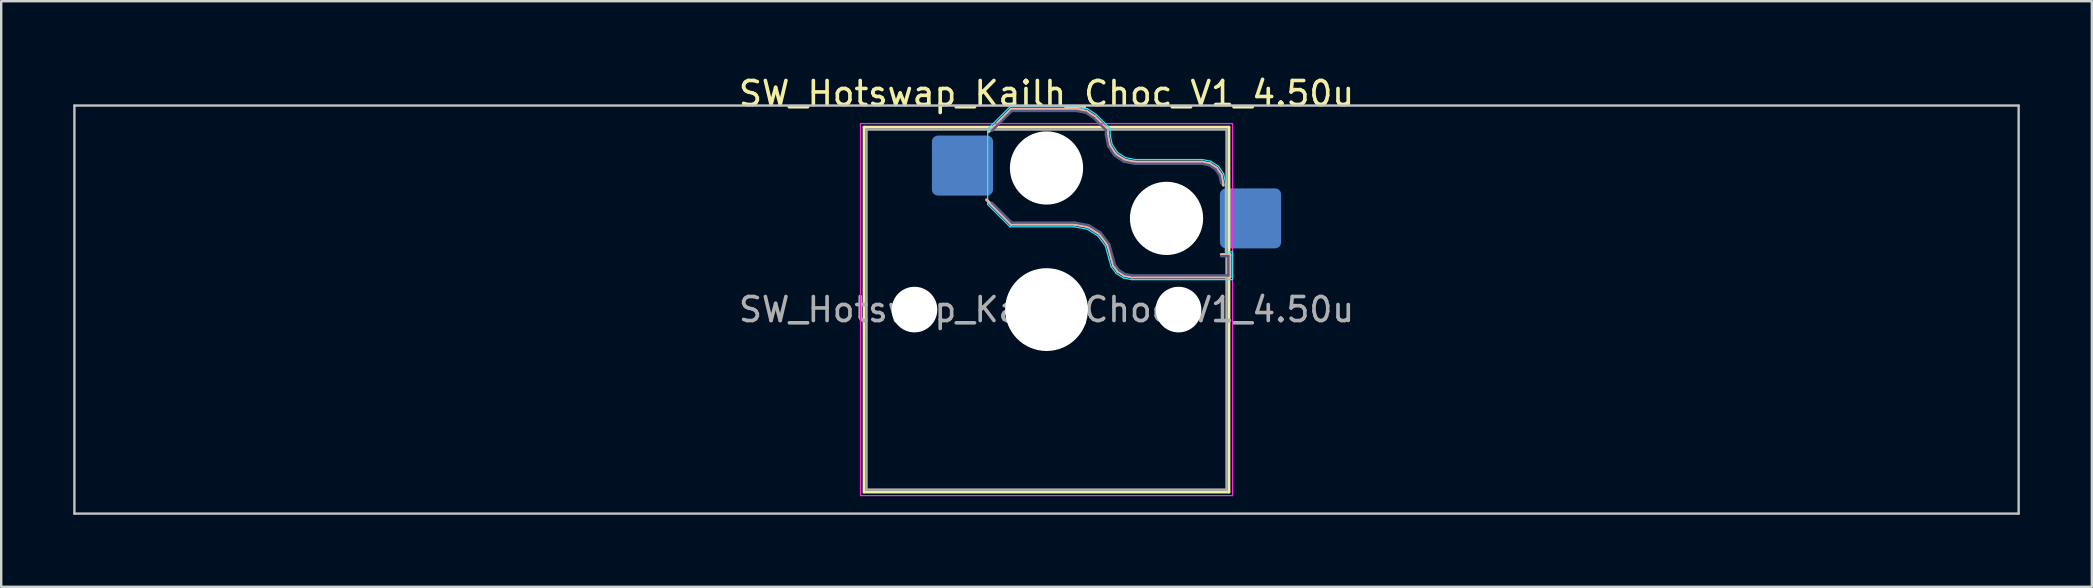
<source format=kicad_pcb>
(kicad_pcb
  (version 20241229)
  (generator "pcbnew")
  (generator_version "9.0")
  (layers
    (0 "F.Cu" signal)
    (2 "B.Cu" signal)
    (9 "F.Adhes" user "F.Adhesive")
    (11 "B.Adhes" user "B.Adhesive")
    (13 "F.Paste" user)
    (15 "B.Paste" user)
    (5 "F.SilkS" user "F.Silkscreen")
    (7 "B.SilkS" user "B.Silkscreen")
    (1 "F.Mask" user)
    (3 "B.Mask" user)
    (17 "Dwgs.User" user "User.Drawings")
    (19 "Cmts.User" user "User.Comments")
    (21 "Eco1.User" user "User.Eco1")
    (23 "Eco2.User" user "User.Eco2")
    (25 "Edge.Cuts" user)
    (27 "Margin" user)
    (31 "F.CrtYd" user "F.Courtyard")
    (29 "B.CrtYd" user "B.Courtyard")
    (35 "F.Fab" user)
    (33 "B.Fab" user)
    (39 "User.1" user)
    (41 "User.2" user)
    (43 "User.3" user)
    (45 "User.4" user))
  (footprint "SW_Hotswap_Kailh_Choc_V1_4.50u"
    (layer "F.Cu")
    (at 40.55 9.848)
    (property "Reference" "SW_Hotswap_Kailh_Choc_V1_4.50u" (at 0 -9 0) (layer "F.SilkS") (effects (font (size 1 1) (thickness 0.15))))
    (attr smd)
    (fp_line (start -7.6 -7.6) (end -7.6 7.6) (stroke (width 0.12) (type solid)) (layer "F.SilkS"))
    (fp_line (start -7.6 7.6) (end 7.6 7.6) (stroke (width 0.12) (type solid)) (layer "F.SilkS"))
    (fp_line (start 7.6 -7.6) (end -7.6 -7.6) (stroke (width 0.12) (type solid)) (layer "F.SilkS"))
    (fp_line (start 7.6 7.6) (end 7.6 -7.6) (stroke (width 0.12) (type solid)) (layer "F.SilkS"))
    (fp_line (start -2.416 -7.409) (end -1.479 -8.346) (stroke (width 0.12) (type solid)) (layer "B.SilkS"))
    (fp_line (start -1.479 -8.346) (end 1.268 -8.346) (stroke (width 0.12) (type solid)) (layer "B.SilkS"))
    (fp_line (start -1.479 -3.554) (end -2.5 -4.575) (stroke (width 0.12) (type solid)) (layer "B.SilkS"))
    (fp_line (start 1.168 -3.554) (end -1.479 -3.554) (stroke (width 0.12) (type solid)) (layer "B.SilkS"))
    (fp_line (start 1.268 -8.346) (end 1.671 -8.266) (stroke (width 0.12) (type solid)) (layer "B.SilkS"))
    (fp_line (start 1.671 -8.266) (end 2.013 -8.037) (stroke (width 0.12) (type solid)) (layer "B.SilkS"))
    (fp_line (start 1.73 -3.449) (end 1.168 -3.554) (stroke (width 0.12) (type solid)) (layer "B.SilkS"))
    (fp_line (start 2.013 -8.037) (end 2.546 -7.504) (stroke (width 0.12) (type solid)) (layer "B.SilkS"))
    (fp_line (start 2.209 -3.15) (end 1.73 -3.449) (stroke (width 0.12) (type solid)) (layer "B.SilkS"))
    (fp_line (start 2.546 -7.504) (end 2.546 -7.282) (stroke (width 0.12) (type solid)) (layer "B.SilkS"))
    (fp_line (start 2.546 -7.282) (end 2.633 -6.844) (stroke (width 0.12) (type solid)) (layer "B.SilkS"))
    (fp_line (start 2.547 -2.697) (end 2.209 -3.15) (stroke (width 0.12) (type solid)) (layer "B.SilkS"))
    (fp_line (start 2.633 -6.844) (end 2.877 -6.477) (stroke (width 0.12) (type solid)) (layer "B.SilkS"))
    (fp_line (start 2.701 -2.139) (end 2.547 -2.697) (stroke (width 0.12) (type solid)) (layer "B.SilkS"))
    (fp_line (start 2.783 -1.841) (end 2.701 -2.139) (stroke (width 0.12) (type solid)) (layer "B.SilkS"))
    (fp_line (start 2.877 -6.477) (end 3.244 -6.233) (stroke (width 0.12) (type solid)) (layer "B.SilkS"))
    (fp_line (start 2.976 -1.583) (end 2.783 -1.841) (stroke (width 0.12) (type solid)) (layer "B.SilkS"))
    (fp_line (start 3.244 -6.233) (end 3.682 -6.146) (stroke (width 0.12) (type solid)) (layer "B.SilkS"))
    (fp_line (start 3.25 -1.413) (end 2.976 -1.583) (stroke (width 0.12) (type solid)) (layer "B.SilkS"))
    (fp_line (start 3.56 -1.354) (end 3.25 -1.413) (stroke (width 0.12) (type solid)) (layer "B.SilkS"))
    (fp_line (start 3.682 -6.146) (end 6.482 -6.146) (stroke (width 0.12) (type solid)) (layer "B.SilkS"))
    (fp_line (start 6.482 -6.146) (end 6.809 -6.081) (stroke (width 0.12) (type solid)) (layer "B.SilkS"))
    (fp_line (start 6.809 -6.081) (end 7.092 -5.892) (stroke (width 0.12) (type solid)) (layer "B.SilkS"))
    (fp_line (start 7.092 -5.892) (end 7.281 -5.609) (stroke (width 0.12) (type solid)) (layer "B.SilkS"))
    (fp_line (start 7.281 -5.609) (end 7.366 -5.182) (stroke (width 0.12) (type solid)) (layer "B.SilkS"))
    (fp_line (start 7.283 -2.296) (end 7.646 -2.296) (stroke (width 0.12) (type solid)) (layer "B.SilkS"))
    (fp_line (start 7.646 -2.296) (end 7.646 -1.354) (stroke (width 0.12) (type solid)) (layer "B.SilkS"))
    (fp_line (start 7.646 -1.354) (end 3.56 -1.354) (stroke (width 0.12) (type solid)) (layer "B.SilkS"))
    (fp_line (start -40.5 -8.5) (end -40.5 8.5) (stroke (width 0.1) (type solid)) (layer "Dwgs.User"))
    (fp_line (start -40.5 8.5) (end 40.5 8.5) (stroke (width 0.1) (type solid)) (layer "Dwgs.User"))
    (fp_line (start 40.5 -8.5) (end -40.5 -8.5) (stroke (width 0.1) (type solid)) (layer "Dwgs.User"))
    (fp_line (start 40.5 8.5) (end 40.5 -8.5) (stroke (width 0.1) (type solid)) (layer "Dwgs.User"))
    (fp_line (start -7.25 -7.25) (end -7.25 7.25) (stroke (width 0.1) (type solid)) (layer "Eco1.User"))
    (fp_line (start -7.25 7.25) (end 7.25 7.25) (stroke (width 0.1) (type solid)) (layer "Eco1.User"))
    (fp_line (start 7.25 -7.25) (end -7.25 -7.25) (stroke (width 0.1) (type solid)) (layer "Eco1.User"))
    (fp_line (start 7.25 7.25) (end 7.25 -7.25) (stroke (width 0.1) (type solid)) (layer "Eco1.User"))
    (fp_line (start -2.452 -7.523) (end -1.523 -8.452) (stroke (width 0.05) (type solid)) (layer "B.CrtYd"))
    (fp_line (start -2.452 -4.377) (end -2.452 -7.523) (stroke (width 0.05) (type solid)) (layer "B.CrtYd"))
    (fp_line (start -1.523 -8.452) (end 1.278 -8.452) (stroke (width 0.05) (type solid)) (layer "B.CrtYd"))
    (fp_line (start -1.523 -3.448) (end -2.452 -4.377) (stroke (width 0.05) (type solid)) (layer "B.CrtYd"))
    (fp_line (start 1.159 -3.448) (end -1.523 -3.448) (stroke (width 0.05) (type solid)) (layer "B.CrtYd"))
    (fp_line (start 1.278 -8.452) (end 1.712 -8.366) (stroke (width 0.05) (type solid)) (layer "B.CrtYd"))
    (fp_line (start 1.691 -3.348) (end 1.159 -3.448) (stroke (width 0.05) (type solid)) (layer "B.CrtYd"))
    (fp_line (start 1.712 -8.366) (end 2.081 -8.119) (stroke (width 0.05) (type solid)) (layer "B.CrtYd"))
    (fp_line (start 2.081 -8.119) (end 2.652 -7.548) (stroke (width 0.05) (type solid)) (layer "B.CrtYd"))
    (fp_line (start 2.136 -3.071) (end 1.691 -3.348) (stroke (width 0.05) (type solid)) (layer "B.CrtYd"))
    (fp_line (start 2.45 -2.65) (end 2.136 -3.071) (stroke (width 0.05) (type solid)) (layer "B.CrtYd"))
    (fp_line (start 2.599 -2.111) (end 2.45 -2.65) (stroke (width 0.05) (type solid)) (layer "B.CrtYd"))
    (fp_line (start 2.652 -7.548) (end 2.652 -7.292) (stroke (width 0.05) (type solid)) (layer "B.CrtYd"))
    (fp_line (start 2.652 -7.292) (end 2.733 -6.885) (stroke (width 0.05) (type solid)) (layer "B.CrtYd"))
    (fp_line (start 2.687 -1.794) (end 2.599 -2.111) (stroke (width 0.05) (type solid)) (layer "B.CrtYd"))
    (fp_line (start 2.733 -6.885) (end 2.953 -6.553) (stroke (width 0.05) (type solid)) (layer "B.CrtYd"))
    (fp_line (start 2.903 -1.503) (end 2.687 -1.794) (stroke (width 0.05) (type solid)) (layer "B.CrtYd"))
    (fp_line (start 2.953 -6.553) (end 3.285 -6.333) (stroke (width 0.05) (type solid)) (layer "B.CrtYd"))
    (fp_line (start 3.211 -1.312) (end 2.903 -1.503) (stroke (width 0.05) (type solid)) (layer "B.CrtYd"))
    (fp_line (start 3.285 -6.333) (end 3.692 -6.252) (stroke (width 0.05) (type solid)) (layer "B.CrtYd"))
    (fp_line (start 3.55 -1.248) (end 3.211 -1.312) (stroke (width 0.05) (type solid)) (layer "B.CrtYd"))
    (fp_line (start 3.692 -6.252) (end 6.492 -6.252) (stroke (width 0.05) (type solid)) (layer "B.CrtYd"))
    (fp_line (start 6.492 -6.252) (end 6.85 -6.181) (stroke (width 0.05) (type solid)) (layer "B.CrtYd"))
    (fp_line (start 6.85 -6.181) (end 7.168 -5.968) (stroke (width 0.05) (type solid)) (layer "B.CrtYd"))
    (fp_line (start 7.168 -5.968) (end 7.381 -5.65) (stroke (width 0.05) (type solid)) (layer "B.CrtYd"))
    (fp_line (start 7.381 -5.65) (end 7.452 -5.292) (stroke (width 0.05) (type solid)) (layer "B.CrtYd"))
    (fp_line (start 7.452 -5.292) (end 7.452 -2.402) (stroke (width 0.05) (type solid)) (layer "B.CrtYd"))
    (fp_line (start 7.452 -2.402) (end 7.752 -2.402) (stroke (width 0.05) (type solid)) (layer "B.CrtYd"))
    (fp_line (start 7.752 -2.402) (end 7.752 -1.248) (stroke (width 0.05) (type solid)) (layer "B.CrtYd"))
    (fp_line (start 7.752 -1.248) (end 3.55 -1.248) (stroke (width 0.05) (type solid)) (layer "B.CrtYd"))
    (fp_line (start -7.75 -7.75) (end -7.75 7.75) (stroke (width 0.05) (type solid)) (layer "F.CrtYd"))
    (fp_line (start -7.75 7.75) (end 7.75 7.75) (stroke (width 0.05) (type solid)) (layer "F.CrtYd"))
    (fp_line (start 7.75 -7.75) (end -7.75 -7.75) (stroke (width 0.05) (type solid)) (layer "F.CrtYd"))
    (fp_line (start 7.75 7.75) (end 7.75 -7.75) (stroke (width 0.05) (type solid)) (layer "F.CrtYd"))
    (fp_line (start -2.275 -7.45) (end -1.45 -8.275) (stroke (width 0.1) (type solid)) (layer "B.Fab"))
    (fp_line (start -1.45 -8.275) (end 1.261 -8.275) (stroke (width 0.1) (type solid)) (layer "B.Fab"))
    (fp_line (start -1.45 -3.625) (end -2.275 -4.45) (stroke (width 0.1) (type solid)) (layer "B.Fab"))
    (fp_line (start 1.175 -3.625) (end -1.45 -3.625) (stroke (width 0.1) (type solid)) (layer "B.Fab"))
    (fp_line (start 1.261 -8.275) (end 1.643 -8.199) (stroke (width 0.1) (type solid)) (layer "B.Fab"))
    (fp_line (start 1.643 -8.199) (end 1.968 -7.982) (stroke (width 0.1) (type solid)) (layer "B.Fab"))
    (fp_line (start 1.756 -3.516) (end 1.175 -3.625) (stroke (width 0.1) (type solid)) (layer "B.Fab"))
    (fp_line (start 1.968 -7.982) (end 2.475 -7.475) (stroke (width 0.1) (type solid)) (layer "B.Fab"))
    (fp_line (start 2.258 -3.203) (end 1.756 -3.516) (stroke (width 0.1) (type solid)) (layer "B.Fab"))
    (fp_line (start 2.475 -7.475) (end 2.475 -7.275) (stroke (width 0.1) (type solid)) (layer "B.Fab"))
    (fp_line (start 2.475 -7.275) (end 2.566 -6.816) (stroke (width 0.1) (type solid)) (layer "B.Fab"))
    (fp_line (start 2.566 -6.816) (end 2.826 -6.426) (stroke (width 0.1) (type solid)) (layer "B.Fab"))
    (fp_line (start 2.612 -2.729) (end 2.258 -3.203) (stroke (width 0.1) (type solid)) (layer "B.Fab"))
    (fp_line (start 2.769 -2.158) (end 2.612 -2.729) (stroke (width 0.1) (type solid)) (layer "B.Fab"))
    (fp_line (start 2.826 -6.426) (end 3.216 -6.166) (stroke (width 0.1) (type solid)) (layer "B.Fab"))
    (fp_line (start 2.848 -1.873) (end 2.769 -2.158) (stroke (width 0.1) (type solid)) (layer "B.Fab"))
    (fp_line (start 3.025 -1.636) (end 2.848 -1.873) (stroke (width 0.1) (type solid)) (layer "B.Fab"))
    (fp_line (start 3.216 -6.166) (end 3.675 -6.075) (stroke (width 0.1) (type solid)) (layer "B.Fab"))
    (fp_line (start 3.276 -1.48) (end 3.025 -1.636) (stroke (width 0.1) (type solid)) (layer "B.Fab"))
    (fp_line (start 3.567 -1.425) (end 3.276 -1.48) (stroke (width 0.1) (type solid)) (layer "B.Fab"))
    (fp_line (start 3.675 -6.075) (end 6.475 -6.075) (stroke (width 0.1) (type solid)) (layer "B.Fab"))
    (fp_line (start 6.475 -6.075) (end 6.781 -6.014) (stroke (width 0.1) (type solid)) (layer "B.Fab"))
    (fp_line (start 6.781 -6.014) (end 7.041 -5.841) (stroke (width 0.1) (type solid)) (layer "B.Fab"))
    (fp_line (start 7.041 -5.841) (end 7.214 -5.581) (stroke (width 0.1) (type solid)) (layer "B.Fab"))
    (fp_line (start 7.214 -5.581) (end 7.275 -5.275) (stroke (width 0.1) (type solid)) (layer "B.Fab"))
    (fp_line (start 7.275 -2.225) (end 7.575 -2.225) (stroke (width 0.1) (type solid)) (layer "B.Fab"))
    (fp_line (start 7.575 -2.225) (end 7.575 -1.425) (stroke (width 0.1) (type solid)) (layer "B.Fab"))
    (fp_line (start 7.575 -1.425) (end 3.567 -1.425) (stroke (width 0.1) (type solid)) (layer "B.Fab"))
    (fp_line (start -7.5 -7.5) (end -7.5 7.5) (stroke (width 0.1) (type solid)) (layer "F.Fab"))
    (fp_line (start -7.5 7.5) (end 7.5 7.5) (stroke (width 0.1) (type solid)) (layer "F.Fab"))
    (fp_line (start 7.5 -7.5) (end -7.5 -7.5) (stroke (width 0.1) (type solid)) (layer "F.Fab"))
    (fp_line (start 7.5 7.5) (end 7.5 -7.5) (stroke (width 0.1) (type solid)) (layer "F.Fab"))
    (fp_text user "${REFERENCE}" (at 0 0 0) (layer "F.Fab") (effects (font (size 1 1) (thickness 0.15))))
    (pad "" np_thru_hole circle (at -5.5 0) (size 1.9 1.9) (drill 1.9) (layers "*.Cu" "*.Mask"))
    (pad "" np_thru_hole circle (at 0 -5.9) (size 3.05 3.05) (drill 3.05) (layers "*.Cu" "*.Mask"))
    (pad "" np_thru_hole circle (at 0 0) (size 3.45 3.45) (drill 3.45) (layers "*.Cu" "*.Mask"))
    (pad "" np_thru_hole circle (at 5 -3.8) (size 3.05 3.05) (drill 3.05) (layers "*.Cu" "*.Mask"))
    (pad "" np_thru_hole circle (at 5.5 0) (size 1.9 1.9) (drill 1.9) (layers "*.Cu" "*.Mask"))
    (pad "1" smd roundrect (at -3.5 -6) (size 2.55 2.5) (layers "B.Cu" "B.Mask" "B.Paste") (roundrect_rratio 0.1))
    (pad "2" smd roundrect (at 8.5 -3.8) (size 2.55 2.5) (layers "B.Cu" "B.Mask" "B.Paste") (roundrect_rratio 0.1)))
  (gr_rect
    (start -3 -3)
    (end 84.1 21.398)
    (stroke (width 0.1) (type default))
    (fill no)
    (layer "Edge.Cuts")))
</source>
